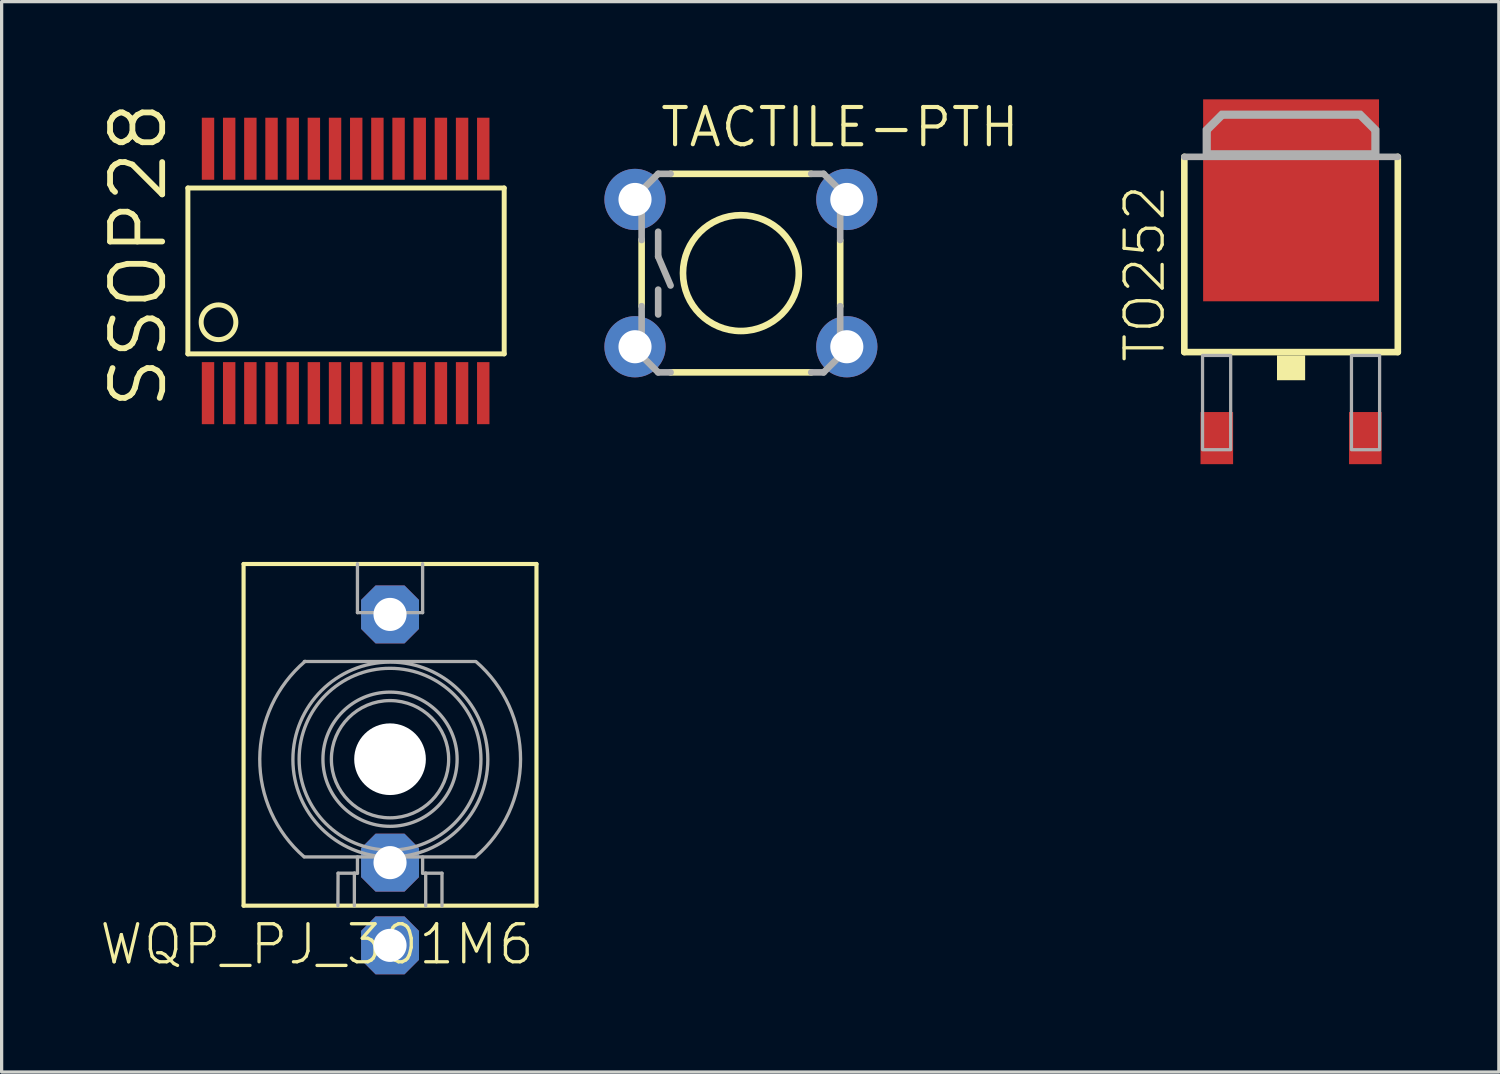
<source format=kicad_pcb>
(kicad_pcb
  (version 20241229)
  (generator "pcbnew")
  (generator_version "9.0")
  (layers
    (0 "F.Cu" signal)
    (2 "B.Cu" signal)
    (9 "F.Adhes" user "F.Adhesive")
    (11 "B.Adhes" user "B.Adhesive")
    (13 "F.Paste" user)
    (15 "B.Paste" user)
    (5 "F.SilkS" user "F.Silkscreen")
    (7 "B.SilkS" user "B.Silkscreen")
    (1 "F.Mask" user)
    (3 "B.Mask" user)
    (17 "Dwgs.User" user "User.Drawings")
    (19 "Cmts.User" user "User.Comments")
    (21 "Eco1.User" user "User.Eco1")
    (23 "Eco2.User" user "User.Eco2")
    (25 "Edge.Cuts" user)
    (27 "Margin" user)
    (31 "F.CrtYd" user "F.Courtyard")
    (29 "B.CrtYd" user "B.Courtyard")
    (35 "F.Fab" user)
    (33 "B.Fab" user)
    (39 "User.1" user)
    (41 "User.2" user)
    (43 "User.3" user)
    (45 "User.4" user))
  (footprint "TACTILE-PTH"
    (layer "F.Cu")
    (at 19.696 5.334)
    (property "Reference" "TACTILE-PTH" (at -2.54 -3.81 0) (layer "F.SilkS") (effects (font (size 1.143 1.143) (thickness 0.127)) (justify left bottom)))
    (fp_line (start -3.048 -1.028) (end -3.048 1.016) (stroke (width 0.203) (type solid)) (layer "F.SilkS"))
    (fp_line (start -2.159 3.048) (end 2.159 3.048) (stroke (width 0.203) (type solid)) (layer "F.SilkS"))
    (fp_line (start 2.159 -3.048) (end -2.159 -3.048) (stroke (width 0.203) (type solid)) (layer "F.SilkS"))
    (fp_line (start 3.048 -0.998) (end 3.048 1.016) (stroke (width 0.203) (type solid)) (layer "F.SilkS"))
    (fp_circle (center 0 0) (end 1.778 0) (stroke (width 0.203) (type solid)) (fill no) (layer "F.SilkS"))
    (fp_line (start -3.048 -2.54) (end -3.048 -1.016) (stroke (width 0.203) (type solid)) (layer "F.Fab"))
    (fp_line (start -3.048 2.54) (end -3.048 1.016) (stroke (width 0.203) (type solid)) (layer "F.Fab"))
    (fp_line (start -2.54 -3.048) (end -3.048 -2.54) (stroke (width 0.203) (type solid)) (layer "F.Fab"))
    (fp_line (start -2.54 -3.048) (end -2.159 -3.048) (stroke (width 0.203) (type solid)) (layer "F.Fab"))
    (fp_line (start -2.54 -1.27) (end -2.54 -0.508) (stroke (width 0.203) (type solid)) (layer "F.Fab"))
    (fp_line (start -2.54 -0.508) (end -2.159 0.381) (stroke (width 0.203) (type solid)) (layer "F.Fab"))
    (fp_line (start -2.54 0.508) (end -2.54 1.27) (stroke (width 0.203) (type solid)) (layer "F.Fab"))
    (fp_line (start -2.54 3.048) (end -3.048 2.54) (stroke (width 0.203) (type solid)) (layer "F.Fab"))
    (fp_line (start -2.54 3.048) (end -2.159 3.048) (stroke (width 0.203) (type solid)) (layer "F.Fab"))
    (fp_line (start 2.54 -3.048) (end 2.159 -3.048) (stroke (width 0.203) (type solid)) (layer "F.Fab"))
    (fp_line (start 2.54 3.048) (end 2.159 3.048) (stroke (width 0.203) (type solid)) (layer "F.Fab"))
    (fp_line (start 2.54 3.048) (end 3.048 2.54) (stroke (width 0.203) (type solid)) (layer "F.Fab"))
    (fp_line (start 3.048 -2.54) (end 2.54 -3.048) (stroke (width 0.203) (type solid)) (layer "F.Fab"))
    (fp_line (start 3.048 -1.016) (end 3.048 -2.54) (stroke (width 0.203) (type solid)) (layer "F.Fab"))
    (fp_line (start 3.048 2.54) (end 3.048 1.016) (stroke (width 0.203) (type solid)) (layer "F.Fab"))
    (pad "1" thru_hole circle (at -3.251 -2.261) (size 1.88 1.88) (drill 1.016) (layers "*.Cu" "*.Mask"))
    (pad "2" thru_hole circle (at 3.251 -2.261) (size 1.88 1.88) (drill 1.016) (layers "*.Cu" "*.Mask"))
    (pad "3" thru_hole circle (at -3.251 2.261) (size 1.88 1.88) (drill 1.016) (layers "*.Cu" "*.Mask"))
    (pad "4" thru_hole circle (at 3.251 2.261) (size 1.88 1.88) (drill 1.016) (layers "*.Cu" "*.Mask")))
  (footprint "TO252"
    (layer "F.Cu")
    (at 36.586 5.6)
    (property "Reference" "TO252" (at -3.81 2.54 90) (layer "F.SilkS") (effects (font (size 1.168 1.168) (thickness 0.102)) (justify left bottom)))
    (fp_line (start -3.277 2.159) (end -3.277 -3.835) (stroke (width 0.203) (type solid)) (layer "F.SilkS"))
    (fp_line (start 3.277 -3.835) (end 3.277 2.159) (stroke (width 0.203) (type solid)) (layer "F.SilkS"))
    (fp_line (start 3.277 2.159) (end -3.277 2.159) (stroke (width 0.203) (type solid)) (layer "F.SilkS"))
    (fp_poly (pts (xy -0.432 3.023) (xy 0.432 3.023) (xy 0.432 2.261) (xy -0.432 2.261)) (stroke (width 0) (type solid)) (fill yes) (layer "F.SilkS"))
    (fp_line (start -3.277 -3.835) (end 3.277 -3.835) (stroke (width 0.203) (type solid)) (layer "F.Fab"))
    (fp_line (start -2.565 -4.648) (end -2.108 -5.105) (stroke (width 0.203) (type solid)) (layer "F.Fab"))
    (fp_line (start -2.565 -3.937) (end -2.565 -4.648) (stroke (width 0.203) (type solid)) (layer "F.Fab"))
    (fp_line (start -2.108 -5.105) (end 2.108 -5.105) (stroke (width 0.203) (type solid)) (layer "F.Fab"))
    (fp_line (start 2.108 -5.105) (end 2.565 -4.648) (stroke (width 0.203) (type solid)) (layer "F.Fab"))
    (fp_line (start 2.565 -4.648) (end 2.565 -3.937) (stroke (width 0.203) (type solid)) (layer "F.Fab"))
    (fp_line (start 2.565 -3.937) (end -2.565 -3.937) (stroke (width 0.203) (type solid)) (layer "F.Fab"))
    (fp_poly (pts (xy -2.718 5.156) (xy -1.854 5.156) (xy -1.854 2.261) (xy -2.718 2.261)) (stroke (width 0.1) (type solid)) (fill no) (layer "F.Fab"))
    (fp_poly (pts (xy 1.854 5.156) (xy 2.718 5.156) (xy 2.718 2.261) (xy 1.854 2.261)) (stroke (width 0.1) (type solid)) (fill no) (layer "F.Fab"))
    (fp_poly (pts (xy 2.665 -4.69) (xy 2.665 -3.837) (xy -2.665 -3.837) (xy -2.665 -4.69) (xy -2.15 -5.205) (xy 2.15 -5.205)) (stroke (width 0.1) (type solid)) (fill no) (layer "F.Fab"))
    (pad "1" smd rect (at -2.28 4.8) (size 1 1.6) (layers "F.Cu" "F.Mask" "F.Paste"))
    (pad "2" smd rect (at 2.28 4.8) (size 1 1.6) (layers "F.Cu" "F.Mask" "F.Paste"))
    (pad "3" smd rect (at 0 -2.5) (size 5.4 6.2) (layers "F.Cu" "F.Mask" "F.Paste")))
  (footprint "SSOP28"
    (layer "F.Cu")
    (at 7.886 5.268)
    (property "Reference" "SSOP28" (at -5.752 4.318 90) (layer "F.SilkS") (effects (font (size 1.6 1.6) (thickness 0.178)) (justify left bottom)))
    (fp_line (start -5.168 -2.546) (end -5.168 2.546) (stroke (width 0.152) (type solid)) (layer "F.SilkS"))
    (fp_line (start -5.168 2.546) (end 4.543 2.546) (stroke (width 0.152) (type solid)) (layer "F.SilkS"))
    (fp_line (start 4.543 -2.546) (end -5.168 -2.546) (stroke (width 0.152) (type solid)) (layer "F.SilkS"))
    (fp_line (start 4.543 2.546) (end 4.543 -2.546) (stroke (width 0.152) (type solid)) (layer "F.SilkS"))
    (fp_circle (center -4.228 1.575) (end -3.695 1.575) (stroke (width 0.152) (type solid)) (fill no) (layer "F.SilkS"))
    (pad "1" smd rect (at -4.55 3.752 90) (size 1.905 0.381) (layers "F.Cu" "F.Mask" "F.Paste"))
    (pad "2" smd rect (at -3.9 3.752 90) (size 1.905 0.381) (layers "F.Cu" "F.Mask" "F.Paste"))
    (pad "3" smd rect (at -3.25 3.752 90) (size 1.905 0.381) (layers "F.Cu" "F.Mask" "F.Paste"))
    (pad "4" smd rect (at -2.6 3.752 90) (size 1.905 0.381) (layers "F.Cu" "F.Mask" "F.Paste"))
    (pad "5" smd rect (at -1.95 3.752 90) (size 1.905 0.381) (layers "F.Cu" "F.Mask" "F.Paste"))
    (pad "6" smd rect (at -1.3 3.752 90) (size 1.905 0.381) (layers "F.Cu" "F.Mask" "F.Paste"))
    (pad "7" smd rect (at -0.65 3.752 90) (size 1.905 0.381) (layers "F.Cu" "F.Mask" "F.Paste"))
    (pad "8" smd rect (at 0 3.752 90) (size 1.905 0.381) (layers "F.Cu" "F.Mask" "F.Paste"))
    (pad "9" smd rect (at 0.65 3.752 90) (size 1.905 0.381) (layers "F.Cu" "F.Mask" "F.Paste"))
    (pad "10" smd rect (at 1.3 3.752 90) (size 1.905 0.381) (layers "F.Cu" "F.Mask" "F.Paste"))
    (pad "11" smd rect (at 1.95 3.752 90) (size 1.905 0.381) (layers "F.Cu" "F.Mask" "F.Paste"))
    (pad "12" smd rect (at 2.6 3.752 90) (size 1.905 0.381) (layers "F.Cu" "F.Mask" "F.Paste"))
    (pad "13" smd rect (at 3.25 3.752 90) (size 1.905 0.381) (layers "F.Cu" "F.Mask" "F.Paste"))
    (pad "14" smd rect (at 3.9 3.752 90) (size 1.905 0.381) (layers "F.Cu" "F.Mask" "F.Paste"))
    (pad "15" smd rect (at 3.9 -3.752 90) (size 1.905 0.381) (layers "F.Cu" "F.Mask" "F.Paste"))
    (pad "16" smd rect (at 3.25 -3.752 90) (size 1.905 0.381) (layers "F.Cu" "F.Mask" "F.Paste"))
    (pad "17" smd rect (at 2.6 -3.752 90) (size 1.905 0.381) (layers "F.Cu" "F.Mask" "F.Paste"))
    (pad "18" smd rect (at 1.95 -3.752 90) (size 1.905 0.381) (layers "F.Cu" "F.Mask" "F.Paste"))
    (pad "19" smd rect (at 1.3 -3.752 90) (size 1.905 0.381) (layers "F.Cu" "F.Mask" "F.Paste"))
    (pad "20" smd rect (at 0.65 -3.752 90) (size 1.905 0.381) (layers "F.Cu" "F.Mask" "F.Paste"))
    (pad "21" smd rect (at 0 -3.752 90) (size 1.905 0.381) (layers "F.Cu" "F.Mask" "F.Paste"))
    (pad "22" smd rect (at -0.65 -3.752 90) (size 1.905 0.381) (layers "F.Cu" "F.Mask" "F.Paste"))
    (pad "23" smd rect (at -1.3 -3.752 90) (size 1.905 0.381) (layers "F.Cu" "F.Mask" "F.Paste"))
    (pad "24" smd rect (at -1.95 -3.752 90) (size 1.905 0.381) (layers "F.Cu" "F.Mask" "F.Paste"))
    (pad "25" smd rect (at -2.6 -3.752 90) (size 1.905 0.381) (layers "F.Cu" "F.Mask" "F.Paste"))
    (pad "26" smd rect (at -3.25 -3.752 90) (size 1.905 0.381) (layers "F.Cu" "F.Mask" "F.Paste"))
    (pad "27" smd rect (at -3.9 -3.752 90) (size 1.905 0.381) (layers "F.Cu" "F.Mask" "F.Paste"))
    (pad "28" smd rect (at -4.55 -3.752 90) (size 1.905 0.381) (layers "F.Cu" "F.Mask" "F.Paste")))
  (footprint "WQP_PJ_301M6"
    (layer "F.Cu")
    (at 8.924 20.258)
    (property "Reference" "WQP_PJ_301M6" (at 4.5 5 0) (layer "F.SilkS") (effects (font (size 1.168 1.168) (thickness 0.102)) (justify right top)))
    (fp_line (start -4.496 -5.994) (end 4.496 -5.994) (stroke (width 0.127) (type solid)) (layer "F.SilkS"))
    (fp_line (start -4.496 4.496) (end -4.496 -5.994) (stroke (width 0.127) (type solid)) (layer "F.SilkS"))
    (fp_line (start 4.496 -5.994) (end 4.496 4.496) (stroke (width 0.127) (type solid)) (layer "F.SilkS"))
    (fp_line (start 4.496 4.496) (end -4.496 4.496) (stroke (width 0.127) (type solid)) (layer "F.SilkS"))
    (fp_line (start -2.631 -3) (end 2.62 -3) (stroke (width 0.102) (type solid)) (layer "F.Fab"))
    (fp_line (start -2.631 3) (end 2.62 3) (stroke (width 0.102) (type solid)) (layer "F.Fab"))
    (fp_line (start -1.6 4.496) (end -1.595 3.5) (stroke (width 0.102) (type solid)) (layer "F.Fab"))
    (fp_line (start -1.595 3.5) (end -1.095 3.5) (stroke (width 0.102) (type solid)) (layer "F.Fab"))
    (fp_line (start -1.095 3.5) (end -1.095 4.5) (stroke (width 0.102) (type solid)) (layer "F.Fab"))
    (fp_line (start -1.095 3.5) (end -1 3.5) (stroke (width 0.102) (type solid)) (layer "F.Fab"))
    (fp_line (start -1 -4.5) (end -1 -6) (stroke (width 0.102) (type solid)) (layer "F.Fab"))
    (fp_line (start -1 0) (end 1 0) (stroke (width 0.102) (type solid)) (layer "F.Fab"))
    (fp_line (start -1 3.5) (end -1 3) (stroke (width 0.102) (type solid)) (layer "F.Fab"))
    (fp_line (start 0 -1) (end 0 1) (stroke (width 0.102) (type solid)) (layer "F.Fab"))
    (fp_line (start 1 -6) (end 1 -4.5) (stroke (width 0.102) (type solid)) (layer "F.Fab"))
    (fp_line (start 1 -4.5) (end -1 -4.5) (stroke (width 0.102) (type solid)) (layer "F.Fab"))
    (fp_line (start 1 3) (end 1 3.5) (stroke (width 0.102) (type solid)) (layer "F.Fab"))
    (fp_line (start 1 3.5) (end 1.095 3.5) (stroke (width 0.102) (type solid)) (layer "F.Fab"))
    (fp_line (start 1.095 3.5) (end 1.095 4.5) (stroke (width 0.102) (type solid)) (layer "F.Fab"))
    (fp_line (start 1.095 3.5) (end 1.595 3.5) (stroke (width 0.102) (type solid)) (layer "F.Fab"))
    (fp_line (start 1.595 3.5) (end 1.595 4.5) (stroke (width 0.102) (type solid)) (layer "F.Fab"))
    (fp_arc (start -2.641998 2.994) (mid -3.999529 -0.012791) (end -2.608 -3.004) (stroke (width 0.1016) (type solid)) (layer "F.Fab"))
    (fp_arc (start 2.642 -2.994) (mid 4.007235 0.003208) (end 2.628 2.994) (stroke (width 0.1016) (type solid)) (layer "F.Fab"))
    (fp_circle (center 0 0) (end 1.8 0) (stroke (width 0.102) (type solid)) (fill no) (layer "F.Fab"))
    (fp_circle (center 0 0) (end 2.06 0) (stroke (width 0.102) (type solid)) (fill no) (layer "F.Fab"))
    (fp_circle (center 0 0) (end 2.791 0) (stroke (width 0.102) (type solid)) (fill no) (layer "F.Fab"))
    (fp_circle (center 0.01 0.01) (end 3.002 0.01) (stroke (width 0.102) (type solid)) (fill no) (layer "F.Fab"))
    (pad "" np_thru_hole circle (at 0 0) (size 2.2 2.2) (drill 2.2) (layers "*.Cu" "*.Mask"))
    (pad "P1" thru_hole roundrect (at 0 5.715) (size 1.778 1.778) (drill 1.016) (layers "*.Cu" "*.Mask") (roundrect_rratio 0.25) (chamfer_ratio 0.25) (chamfer top_left top_right bottom_left bottom_right))
    (pad "P2" thru_hole roundrect (at 0 3.175) (size 1.778 1.778) (drill 1.016) (layers "*.Cu" "*.Mask") (roundrect_rratio 0.25) (chamfer_ratio 0.25) (chamfer top_left top_right bottom_left bottom_right))
    (pad "P3" thru_hole roundrect (at 0 -4.445) (size 1.778 1.778) (drill 1.016) (layers "*.Cu" "*.Mask") (roundrect_rratio 0.25) (chamfer_ratio 0.25) (chamfer top_left top_right bottom_left bottom_right)))
  (gr_rect
    (start -3 -3)
    (end 42.965 29.862)
    (stroke (width 0.1) (type default))
    (fill no)
    (layer "Edge.Cuts")))
</source>
